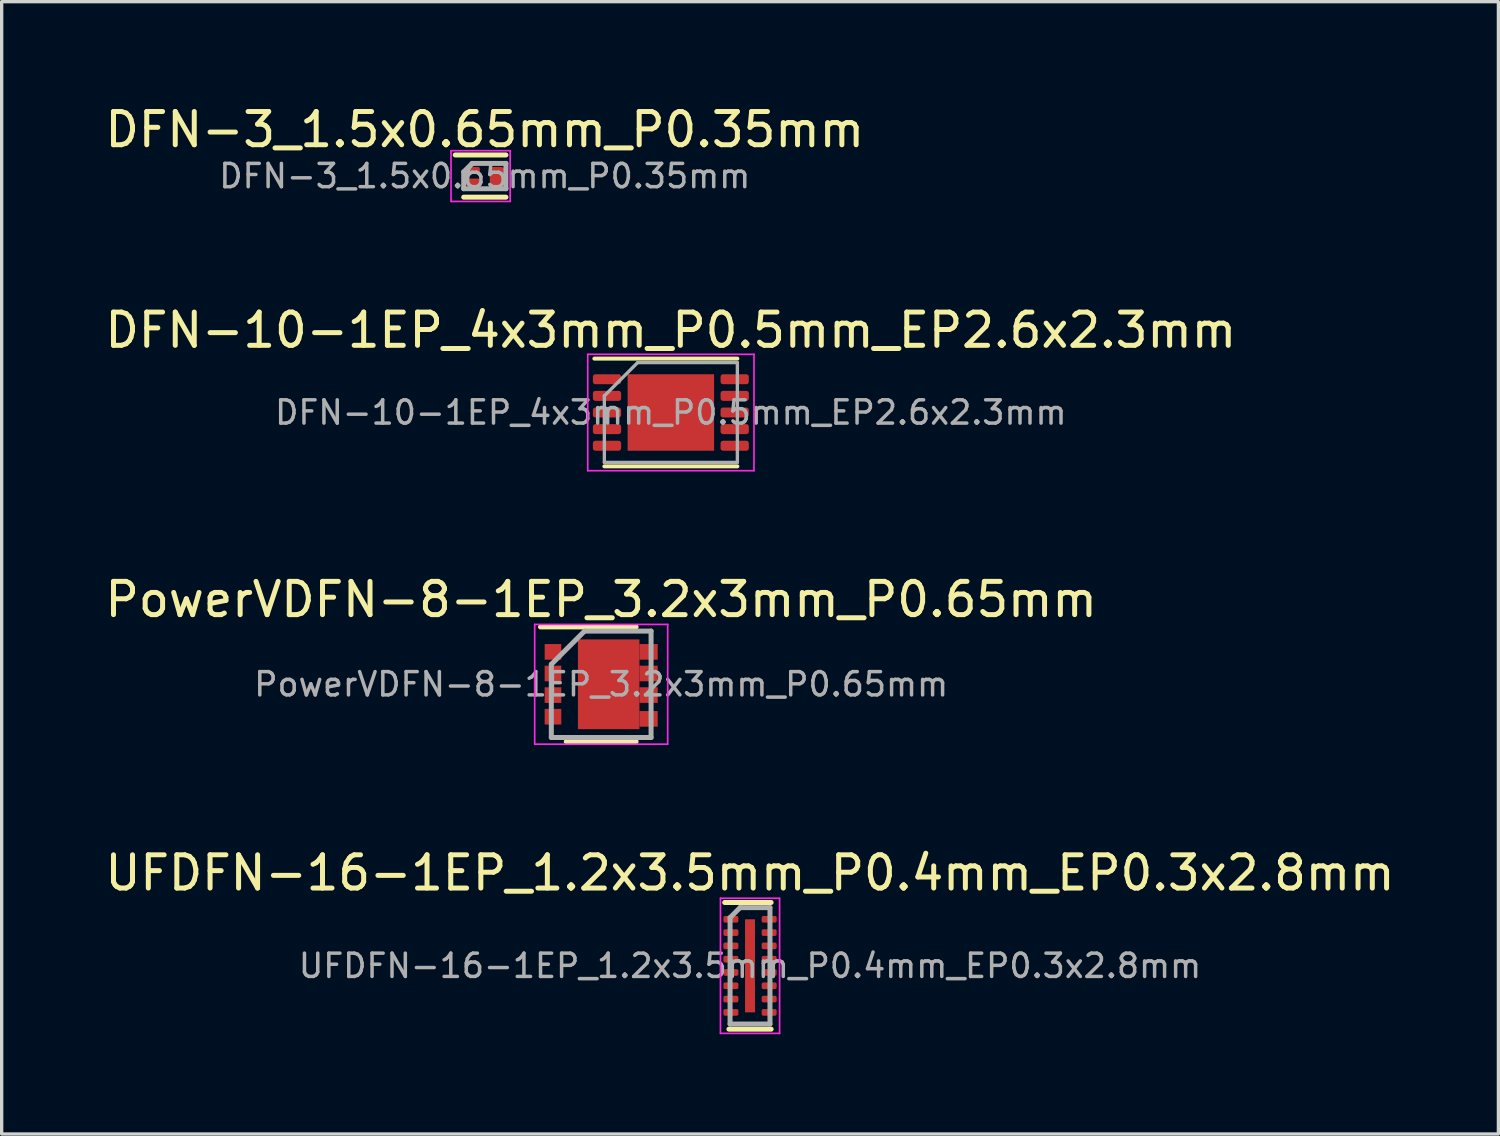
<source format=kicad_pcb>
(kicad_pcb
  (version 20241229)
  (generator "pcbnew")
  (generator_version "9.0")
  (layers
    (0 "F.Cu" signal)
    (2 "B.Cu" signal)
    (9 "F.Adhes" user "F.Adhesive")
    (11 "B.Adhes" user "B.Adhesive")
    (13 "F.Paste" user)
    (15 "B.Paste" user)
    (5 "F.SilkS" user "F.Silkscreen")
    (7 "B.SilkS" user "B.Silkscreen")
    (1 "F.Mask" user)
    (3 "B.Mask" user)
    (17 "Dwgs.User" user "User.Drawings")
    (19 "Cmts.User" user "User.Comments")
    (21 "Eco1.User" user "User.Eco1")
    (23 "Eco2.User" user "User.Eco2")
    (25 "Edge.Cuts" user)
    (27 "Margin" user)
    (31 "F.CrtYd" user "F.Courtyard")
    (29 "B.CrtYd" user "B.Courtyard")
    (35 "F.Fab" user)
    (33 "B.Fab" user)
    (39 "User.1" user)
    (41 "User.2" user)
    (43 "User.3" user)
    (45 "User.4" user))
  (footprint "PowerVDFN-8-1EP_3.2x3mm_P0.65mm"
    (layer "F.Cu")
    (at 15.03 17.529)
    (property "Reference" "PowerVDFN-8-1EP_3.2x3mm_P0.65mm" (at 0 -2.55 0) (layer "F.SilkS") (effects (font (size 1 1) (thickness 0.15))))
    (attr smd)
    (fp_line (start -1.825 -1.725) (end 1.05 -1.725) (stroke (width 0.15) (type solid)) (layer "F.SilkS"))
    (fp_line (start -1.05 1.725) (end 1.05 1.725) (stroke (width 0.15) (type solid)) (layer "F.SilkS"))
    (fp_line (start -2 -1.8) (end -2 1.8) (stroke (width 0.05) (type solid)) (layer "F.CrtYd"))
    (fp_line (start -2 -1.8) (end 2 -1.8) (stroke (width 0.05) (type solid)) (layer "F.CrtYd"))
    (fp_line (start -2 1.8) (end 2 1.8) (stroke (width 0.05) (type solid)) (layer "F.CrtYd"))
    (fp_line (start 2 -1.8) (end 2 1.8) (stroke (width 0.05) (type solid)) (layer "F.CrtYd"))
    (fp_line (start -1.5 -0.6) (end -0.5 -1.6) (stroke (width 0.15) (type solid)) (layer "F.Fab"))
    (fp_line (start -1.5 1.6) (end -1.5 -0.6) (stroke (width 0.15) (type solid)) (layer "F.Fab"))
    (fp_line (start -0.5 -1.6) (end 1.5 -1.6) (stroke (width 0.15) (type solid)) (layer "F.Fab"))
    (fp_line (start 1.5 -1.6) (end 1.5 1.6) (stroke (width 0.15) (type solid)) (layer "F.Fab"))
    (fp_line (start 1.5 1.6) (end -1.5 1.6) (stroke (width 0.15) (type solid)) (layer "F.Fab"))
    (fp_text user "${REFERENCE}" (at 0 0 0) (layer "F.Fab") (effects (font (size 0.7 0.7) (thickness 0.105))))
    (pad "" smd rect (at -0.25 -0.65) (size 0.75 1.1) (layers "F.Paste"))
    (pad "" smd rect (at -0.25 0.7) (size 0.75 1.1) (layers "F.Paste"))
    (pad "" smd rect (at 0.7 -0.65) (size 0.75 1.1) (layers "F.Paste"))
    (pad "" smd rect (at 0.7 0.7) (size 0.75 1.1) (layers "F.Paste"))
    (pad "1" smd rect (at -1.45 -0.975) (size 0.5 0.47) (layers "F.Cu" "F.Mask" "F.Paste"))
    (pad "2" smd rect (at -1.45 -0.325) (size 0.5 0.47) (layers "F.Cu" "F.Mask" "F.Paste"))
    (pad "3" smd rect (at -1.45 0.325) (size 0.5 0.47) (layers "F.Cu" "F.Mask" "F.Paste"))
    (pad "4" smd rect (at -1.45 0.975) (size 0.5 0.47) (layers "F.Cu" "F.Mask" "F.Paste"))
    (pad "5" smd rect (at 1.425 1.04) (size 0.55 0.47) (layers "F.Cu" "F.Mask" "F.Paste"))
    (pad "6" smd rect (at 1.425 0.325) (size 0.55 0.47) (layers "F.Cu" "F.Mask" "F.Paste"))
    (pad "7" smd rect (at 1.425 -0.325) (size 0.55 0.47) (layers "F.Cu" "F.Mask" "F.Paste"))
    (pad "8" smd rect (at 1.425 -0.975) (size 0.55 0.47) (layers "F.Cu" "F.Mask" "F.Paste"))
    (pad "9" smd rect (at 0.225 0) (size 1.85 2.7) (layers "F.Cu" "F.Mask")))
  (footprint "DFN-10-1EP_4x3mm_P0.5mm_EP2.6x2.3mm"
    (layer "F.Cu")
    (at 17.125 9.355)
    (property "Reference" "DFN-10-1EP_4x3mm_P0.5mm_EP2.6x2.3mm" (at 0 -2.475 0) (layer "F.SilkS") (effects (font (size 1 1) (thickness 0.15))))
    (attr smd)
    (fp_line (start -2.3 -1.62) (end 2 -1.62) (stroke (width 0.12) (type solid)) (layer "F.SilkS"))
    (fp_line (start -2 1.62) (end 2 1.62) (stroke (width 0.12) (type solid)) (layer "F.SilkS"))
    (fp_line (start -2.5 -1.75) (end -2.5 1.75) (stroke (width 0.05) (type solid)) (layer "F.CrtYd"))
    (fp_line (start -2.5 -1.75) (end 2.5 -1.75) (stroke (width 0.05) (type solid)) (layer "F.CrtYd"))
    (fp_line (start -2.5 1.75) (end 2.5 1.75) (stroke (width 0.05) (type solid)) (layer "F.CrtYd"))
    (fp_line (start 2.5 -1.75) (end 2.5 1.75) (stroke (width 0.05) (type solid)) (layer "F.CrtYd"))
    (fp_line (start -2 -0.5) (end -1 -1.5) (stroke (width 0.1) (type solid)) (layer "F.Fab"))
    (fp_line (start -2 1.5) (end -2 -0.5) (stroke (width 0.1) (type solid)) (layer "F.Fab"))
    (fp_line (start -1 -1.5) (end 2 -1.5) (stroke (width 0.1) (type solid)) (layer "F.Fab"))
    (fp_line (start 2 -1.5) (end 2 1.5) (stroke (width 0.1) (type solid)) (layer "F.Fab"))
    (fp_line (start 2 1.5) (end -2 1.5) (stroke (width 0.1) (type solid)) (layer "F.Fab"))
    (fp_text user "${REFERENCE}" (at 0 0 0) (layer "F.Fab") (effects (font (size 0.7 0.7) (thickness 0.105))))
    (pad "" smd rect (at -0.635 -0.62) (size 1 1.05) (layers "F.Paste"))
    (pad "" smd rect (at -0.635 0.62) (size 1 1.05) (layers "F.Paste"))
    (pad "" smd rect (at 0.635 -0.62) (size 1 1.05) (layers "F.Paste"))
    (pad "" smd rect (at 0.635 0.62) (size 1 1.05) (layers "F.Paste"))
    (pad "1" smd roundrect (at -1.92 -1) (size 0.85 0.3) (layers "F.Cu" "F.Mask" "F.Paste") (roundrect_rratio 0.25))
    (pad "2" smd roundrect (at -1.92 -0.5) (size 0.85 0.3) (layers "F.Cu" "F.Mask" "F.Paste") (roundrect_rratio 0.25))
    (pad "3" smd roundrect (at -1.92 0) (size 0.85 0.3) (layers "F.Cu" "F.Mask" "F.Paste") (roundrect_rratio 0.25))
    (pad "4" smd roundrect (at -1.92 0.5) (size 0.85 0.3) (layers "F.Cu" "F.Mask" "F.Paste") (roundrect_rratio 0.25))
    (pad "5" smd roundrect (at -1.92 1) (size 0.85 0.3) (layers "F.Cu" "F.Mask" "F.Paste") (roundrect_rratio 0.25))
    (pad "6" smd roundrect (at 1.92 1) (size 0.85 0.3) (layers "F.Cu" "F.Mask" "F.Paste") (roundrect_rratio 0.25))
    (pad "7" smd roundrect (at 1.92 0.5) (size 0.85 0.3) (layers "F.Cu" "F.Mask" "F.Paste") (roundrect_rratio 0.25))
    (pad "8" smd roundrect (at 1.92 0) (size 0.85 0.3) (layers "F.Cu" "F.Mask" "F.Paste") (roundrect_rratio 0.25))
    (pad "9" smd roundrect (at 1.92 -0.5) (size 0.85 0.3) (layers "F.Cu" "F.Mask" "F.Paste") (roundrect_rratio 0.25))
    (pad "10" smd roundrect (at 1.92 -1) (size 0.85 0.3) (layers "F.Cu" "F.Mask" "F.Paste") (roundrect_rratio 0.25))
    (pad "11" smd rect (at 0 0) (size 2.6 2.3) (layers "F.Cu" "F.Mask")))
  (footprint "DFN-3_1.5x0.65mm_P0.35mm"
    (layer "F.Cu")
    (at 11.53 2.245)
    (property "Reference" "DFN-3_1.5x0.65mm_P0.35mm" (at 0 -1.397 0) (layer "F.SilkS") (effects (font (size 1 1) (thickness 0.15))))
    (attr smd)
    (fp_line (start -0.889 -0.635) (end 0.635 -0.635) (stroke (width 0.15) (type solid)) (layer "F.SilkS"))
    (fp_line (start -0.635 0.635) (end 0.635 0.635) (stroke (width 0.15) (type solid)) (layer "F.SilkS"))
    (fp_line (start -1.016 -0.762) (end -1.016 0.762) (stroke (width 0.05) (type solid)) (layer "F.CrtYd"))
    (fp_line (start -1.016 -0.762) (end 0.762 -0.762) (stroke (width 0.05) (type solid)) (layer "F.CrtYd"))
    (fp_line (start -1.016 0.762) (end 0.762 0.762) (stroke (width 0.05) (type solid)) (layer "F.CrtYd"))
    (fp_line (start 0.762 -0.762) (end 0.762 0.762) (stroke (width 0.05) (type solid)) (layer "F.CrtYd"))
    (fp_line (start -0.635 -0.127) (end -0.381 -0.381) (stroke (width 0.15) (type solid)) (layer "F.Fab"))
    (fp_line (start -0.635 0.381) (end -0.635 -0.127) (stroke (width 0.15) (type solid)) (layer "F.Fab"))
    (fp_line (start -0.381 -0.381) (end 0.635 -0.381) (stroke (width 0.15) (type solid)) (layer "F.Fab"))
    (fp_line (start 0.635 -0.381) (end 0.635 0.381) (stroke (width 0.15) (type solid)) (layer "F.Fab"))
    (fp_line (start 0.635 0.381) (end -0.635 0.381) (stroke (width 0.15) (type solid)) (layer "F.Fab"))
    (fp_text user "${REFERENCE}" (at 0 0 0) (layer "F.Fab") (effects (font (size 0.7 0.7) (thickness 0.105))))
    (pad "1" smd roundrect (at -0.375 -0.175) (size 0.45 0.2) (layers "F.Cu" "F.Mask" "F.Paste") (roundrect_rratio 0.25))
    (pad "2" smd roundrect (at -0.375 0.175) (size 0.45 0.2) (layers "F.Cu" "F.Mask" "F.Paste") (roundrect_rratio 0.25))
    (pad "3" smd roundrect (at 0.375 0) (size 0.45 0.55) (layers "F.Cu" "F.Mask" "F.Paste") (roundrect_rratio 0.25)))
  (footprint "UFDFN-16-1EP_1.2x3.5mm_P0.4mm_EP0.3x2.8mm"
    (layer "F.Cu")
    (at 19.506 25.996)
    (property "Reference" "UFDFN-16-1EP_1.2x3.5mm_P0.4mm_EP0.3x2.8mm" (at 0 -2.794 0) (layer "F.SilkS") (effects (font (size 1 1) (thickness 0.15))))
    (attr smd)
    (fp_line (start -0.762 -1.905) (end 0.635 -1.905) (stroke (width 0.15) (type solid)) (layer "F.SilkS"))
    (fp_line (start -0.635 1.905) (end 0.635 1.905) (stroke (width 0.15) (type solid)) (layer "F.SilkS"))
    (fp_line (start -0.889 -2.032) (end -0.889 2.032) (stroke (width 0.05) (type solid)) (layer "F.CrtYd"))
    (fp_line (start -0.889 -2.032) (end 0.889 -2.032) (stroke (width 0.05) (type solid)) (layer "F.CrtYd"))
    (fp_line (start -0.889 2.032) (end 0.889 2.032) (stroke (width 0.05) (type solid)) (layer "F.CrtYd"))
    (fp_line (start 0.889 -2.032) (end 0.889 2.032) (stroke (width 0.05) (type solid)) (layer "F.CrtYd"))
    (fp_line (start -0.6 -1.45) (end -0.3 -1.75) (stroke (width 0.15) (type solid)) (layer "F.Fab"))
    (fp_line (start -0.6 1.75) (end -0.6 -1.45) (stroke (width 0.15) (type solid)) (layer "F.Fab"))
    (fp_line (start -0.3 -1.75) (end 0.6 -1.75) (stroke (width 0.15) (type solid)) (layer "F.Fab"))
    (fp_line (start 0.6 -1.75) (end 0.6 1.75) (stroke (width 0.15) (type solid)) (layer "F.Fab"))
    (fp_line (start 0.6 1.75) (end -0.6 1.75) (stroke (width 0.15) (type solid)) (layer "F.Fab"))
    (fp_text user "${REFERENCE}" (at 0 0 0) (layer "F.Fab") (effects (font (size 0.7 0.7) (thickness 0.105))))
    (pad "" smd rect (at 0 -0.88) (size 0.2 0.71) (layers "F.Paste"))
    (pad "" smd rect (at 0 0) (size 0.2 0.71) (layers "F.Paste"))
    (pad "" smd rect (at 0 0.88) (size 0.2 0.71) (layers "F.Paste"))
    (pad "1" smd roundrect (at -0.575 -1.4) (size 0.45 0.2) (layers "F.Cu" "F.Mask" "F.Paste") (roundrect_rratio 0.25))
    (pad "2" smd roundrect (at -0.575 -1) (size 0.45 0.2) (layers "F.Cu" "F.Mask" "F.Paste") (roundrect_rratio 0.25))
    (pad "3" smd roundrect (at -0.575 -0.6) (size 0.45 0.2) (layers "F.Cu" "F.Mask" "F.Paste") (roundrect_rratio 0.25))
    (pad "4" smd roundrect (at -0.575 -0.2) (size 0.45 0.2) (layers "F.Cu" "F.Mask" "F.Paste") (roundrect_rratio 0.25))
    (pad "5" smd roundrect (at -0.575 0.2) (size 0.45 0.2) (layers "F.Cu" "F.Mask" "F.Paste") (roundrect_rratio 0.25))
    (pad "6" smd roundrect (at -0.575 0.6) (size 0.45 0.2) (layers "F.Cu" "F.Mask" "F.Paste") (roundrect_rratio 0.25))
    (pad "7" smd roundrect (at -0.575 1) (size 0.45 0.2) (layers "F.Cu" "F.Mask" "F.Paste") (roundrect_rratio 0.25))
    (pad "8" smd roundrect (at -0.575 1.4) (size 0.45 0.2) (layers "F.Cu" "F.Mask" "F.Paste") (roundrect_rratio 0.25))
    (pad "9" smd roundrect (at 0.575 1.4) (size 0.45 0.2) (layers "F.Cu" "F.Mask" "F.Paste") (roundrect_rratio 0.25))
    (pad "10" smd roundrect (at 0.575 1) (size 0.45 0.2) (layers "F.Cu" "F.Mask" "F.Paste") (roundrect_rratio 0.25))
    (pad "11" smd roundrect (at 0.575 0.6) (size 0.45 0.2) (layers "F.Cu" "F.Mask" "F.Paste") (roundrect_rratio 0.25))
    (pad "12" smd roundrect (at 0.575 0.2) (size 0.45 0.2) (layers "F.Cu" "F.Mask" "F.Paste") (roundrect_rratio 0.25))
    (pad "13" smd roundrect (at 0.575 -0.2) (size 0.45 0.2) (layers "F.Cu" "F.Mask" "F.Paste") (roundrect_rratio 0.25))
    (pad "14" smd roundrect (at 0.575 -0.6) (size 0.45 0.2) (layers "F.Cu" "F.Mask" "F.Paste") (roundrect_rratio 0.25))
    (pad "15" smd roundrect (at 0.575 -1) (size 0.45 0.2) (layers "F.Cu" "F.Mask" "F.Paste") (roundrect_rratio 0.25))
    (pad "16" smd roundrect (at 0.575 -1.4) (size 0.45 0.2) (layers "F.Cu" "F.Mask" "F.Paste") (roundrect_rratio 0.25))
    (pad "17" smd rect (at 0 0) (size 0.3 2.8) (layers "F.Cu" "F.Mask")))
  (gr_rect
    (start -3 -3)
    (end 42.012 31.053)
    (stroke (width 0.1) (type default))
    (fill no)
    (layer "Edge.Cuts")))
</source>
